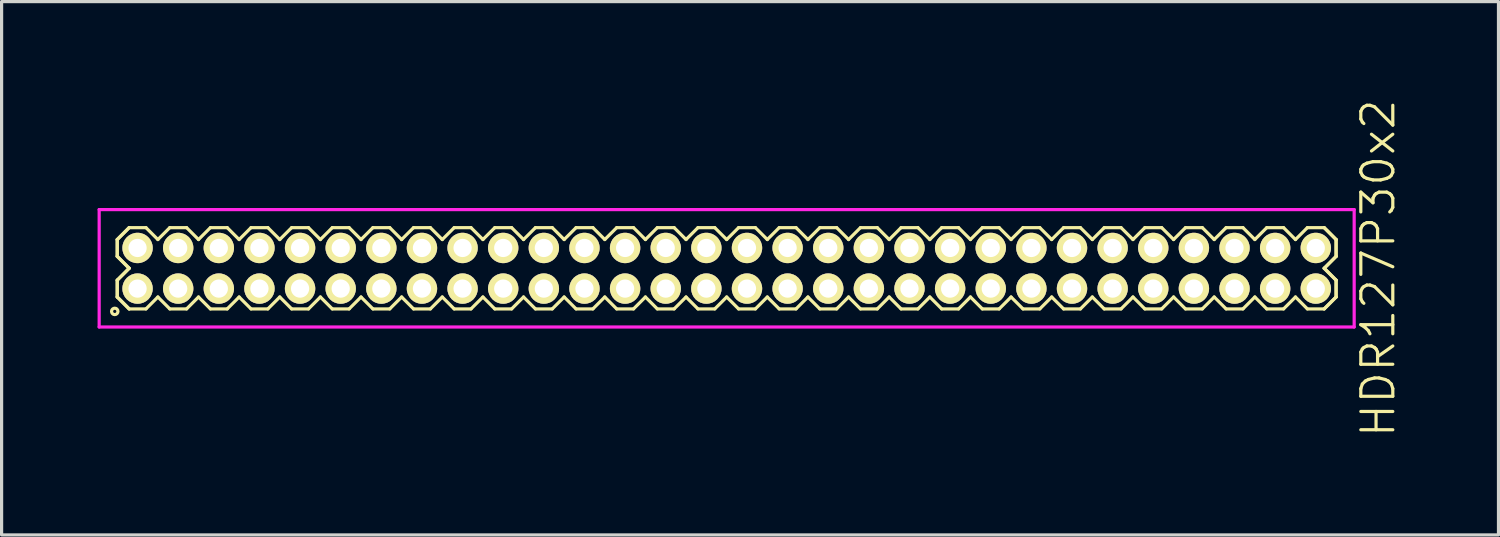
<source format=kicad_pcb>
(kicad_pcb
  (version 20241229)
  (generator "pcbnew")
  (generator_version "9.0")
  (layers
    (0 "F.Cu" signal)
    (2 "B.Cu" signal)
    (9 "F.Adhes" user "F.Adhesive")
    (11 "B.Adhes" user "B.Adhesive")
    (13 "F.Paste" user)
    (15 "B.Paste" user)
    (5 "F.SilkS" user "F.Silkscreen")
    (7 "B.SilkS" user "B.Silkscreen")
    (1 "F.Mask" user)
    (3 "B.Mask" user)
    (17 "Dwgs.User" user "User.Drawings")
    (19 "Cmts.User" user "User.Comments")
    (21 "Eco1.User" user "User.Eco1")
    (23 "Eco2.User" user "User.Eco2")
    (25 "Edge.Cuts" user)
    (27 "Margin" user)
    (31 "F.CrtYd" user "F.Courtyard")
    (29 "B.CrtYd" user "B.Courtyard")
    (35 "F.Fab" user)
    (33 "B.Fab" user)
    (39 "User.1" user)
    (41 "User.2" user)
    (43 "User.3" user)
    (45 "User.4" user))
  (footprint "HDR127P30x2"
    (layer "F.Cu")
    (at 19.665 5.336)
    (property "Reference" "HDR127P30x2" (at 20.365 0 90) (layer "F.SilkS") (effects (font (size 1 1) (thickness 0.1))))
    (attr through_hole)
    (fp_line (start -19.05 -0.898) (end -18.678 -1.27) (stroke (width 0.1) (type solid)) (layer "F.SilkS"))
    (fp_line (start -19.05 -0.898) (end -18.678 -1.27) (stroke (width 0.1) (type solid)) (layer "F.SilkS"))
    (fp_line (start -19.05 -0.372) (end -19.05 -0.898) (stroke (width 0.1) (type solid)) (layer "F.SilkS"))
    (fp_line (start -19.05 -0.372) (end -19.05 -0.898) (stroke (width 0.1) (type solid)) (layer "F.SilkS"))
    (fp_line (start -19.05 0.372) (end -18.678 0) (stroke (width 0.1) (type solid)) (layer "F.SilkS"))
    (fp_line (start -19.05 0.372) (end -18.678 0) (stroke (width 0.1) (type solid)) (layer "F.SilkS"))
    (fp_line (start -19.05 0.898) (end -19.05 0.372) (stroke (width 0.1) (type solid)) (layer "F.SilkS"))
    (fp_line (start -19.05 0.898) (end -19.05 0.372) (stroke (width 0.1) (type solid)) (layer "F.SilkS"))
    (fp_line (start -18.678 -1.27) (end -18.152 -1.27) (stroke (width 0.1) (type solid)) (layer "F.SilkS"))
    (fp_line (start -18.678 0) (end -19.05 -0.372) (stroke (width 0.1) (type solid)) (layer "F.SilkS"))
    (fp_line (start -18.678 0) (end -19.05 -0.372) (stroke (width 0.1) (type solid)) (layer "F.SilkS"))
    (fp_line (start -18.678 1.27) (end -19.05 0.898) (stroke (width 0.1) (type solid)) (layer "F.SilkS"))
    (fp_line (start -18.678 1.27) (end -19.05 0.898) (stroke (width 0.1) (type solid)) (layer "F.SilkS"))
    (fp_line (start -18.152 -1.27) (end -17.78 -0.898) (stroke (width 0.1) (type solid)) (layer "F.SilkS"))
    (fp_line (start -18.152 1.27) (end -18.678 1.27) (stroke (width 0.1) (type solid)) (layer "F.SilkS"))
    (fp_line (start -17.78 -0.898) (end -17.408 -1.27) (stroke (width 0.1) (type solid)) (layer "F.SilkS"))
    (fp_line (start -17.78 0.898) (end -18.152 1.27) (stroke (width 0.1) (type solid)) (layer "F.SilkS"))
    (fp_line (start -17.408 -1.27) (end -16.882 -1.27) (stroke (width 0.1) (type solid)) (layer "F.SilkS"))
    (fp_line (start -17.408 1.27) (end -17.78 0.898) (stroke (width 0.1) (type solid)) (layer "F.SilkS"))
    (fp_line (start -16.882 -1.27) (end -16.51 -0.898) (stroke (width 0.1) (type solid)) (layer "F.SilkS"))
    (fp_line (start -16.882 1.27) (end -17.408 1.27) (stroke (width 0.1) (type solid)) (layer "F.SilkS"))
    (fp_line (start -16.51 -0.898) (end -16.138 -1.27) (stroke (width 0.1) (type solid)) (layer "F.SilkS"))
    (fp_line (start -16.51 0.898) (end -16.882 1.27) (stroke (width 0.1) (type solid)) (layer "F.SilkS"))
    (fp_line (start -16.138 -1.27) (end -15.612 -1.27) (stroke (width 0.1) (type solid)) (layer "F.SilkS"))
    (fp_line (start -16.138 1.27) (end -16.51 0.898) (stroke (width 0.1) (type solid)) (layer "F.SilkS"))
    (fp_line (start -15.612 -1.27) (end -15.24 -0.898) (stroke (width 0.1) (type solid)) (layer "F.SilkS"))
    (fp_line (start -15.612 1.27) (end -16.138 1.27) (stroke (width 0.1) (type solid)) (layer "F.SilkS"))
    (fp_line (start -15.24 -0.898) (end -14.868 -1.27) (stroke (width 0.1) (type solid)) (layer "F.SilkS"))
    (fp_line (start -15.24 0.898) (end -15.612 1.27) (stroke (width 0.1) (type solid)) (layer "F.SilkS"))
    (fp_line (start -14.868 -1.27) (end -14.342 -1.27) (stroke (width 0.1) (type solid)) (layer "F.SilkS"))
    (fp_line (start -14.868 1.27) (end -15.24 0.898) (stroke (width 0.1) (type solid)) (layer "F.SilkS"))
    (fp_line (start -14.342 -1.27) (end -13.97 -0.898) (stroke (width 0.1) (type solid)) (layer "F.SilkS"))
    (fp_line (start -14.342 1.27) (end -14.868 1.27) (stroke (width 0.1) (type solid)) (layer "F.SilkS"))
    (fp_line (start -13.97 -0.898) (end -13.598 -1.27) (stroke (width 0.1) (type solid)) (layer "F.SilkS"))
    (fp_line (start -13.97 0.898) (end -14.342 1.27) (stroke (width 0.1) (type solid)) (layer "F.SilkS"))
    (fp_line (start -13.598 -1.27) (end -13.072 -1.27) (stroke (width 0.1) (type solid)) (layer "F.SilkS"))
    (fp_line (start -13.598 1.27) (end -13.97 0.898) (stroke (width 0.1) (type solid)) (layer "F.SilkS"))
    (fp_line (start -13.072 -1.27) (end -12.7 -0.898) (stroke (width 0.1) (type solid)) (layer "F.SilkS"))
    (fp_line (start -13.072 1.27) (end -13.598 1.27) (stroke (width 0.1) (type solid)) (layer "F.SilkS"))
    (fp_line (start -12.7 -0.898) (end -12.328 -1.27) (stroke (width 0.1) (type solid)) (layer "F.SilkS"))
    (fp_line (start -12.7 0.898) (end -13.072 1.27) (stroke (width 0.1) (type solid)) (layer "F.SilkS"))
    (fp_line (start -12.328 -1.27) (end -11.802 -1.27) (stroke (width 0.1) (type solid)) (layer "F.SilkS"))
    (fp_line (start -12.328 1.27) (end -12.7 0.898) (stroke (width 0.1) (type solid)) (layer "F.SilkS"))
    (fp_line (start -11.802 -1.27) (end -11.43 -0.898) (stroke (width 0.1) (type solid)) (layer "F.SilkS"))
    (fp_line (start -11.802 1.27) (end -12.328 1.27) (stroke (width 0.1) (type solid)) (layer "F.SilkS"))
    (fp_line (start -11.43 -0.898) (end -11.058 -1.27) (stroke (width 0.1) (type solid)) (layer "F.SilkS"))
    (fp_line (start -11.43 0.898) (end -11.802 1.27) (stroke (width 0.1) (type solid)) (layer "F.SilkS"))
    (fp_line (start -11.058 -1.27) (end -10.532 -1.27) (stroke (width 0.1) (type solid)) (layer "F.SilkS"))
    (fp_line (start -11.058 1.27) (end -11.43 0.898) (stroke (width 0.1) (type solid)) (layer "F.SilkS"))
    (fp_line (start -10.532 -1.27) (end -10.16 -0.898) (stroke (width 0.1) (type solid)) (layer "F.SilkS"))
    (fp_line (start -10.532 1.27) (end -11.058 1.27) (stroke (width 0.1) (type solid)) (layer "F.SilkS"))
    (fp_line (start -10.16 -0.898) (end -9.788 -1.27) (stroke (width 0.1) (type solid)) (layer "F.SilkS"))
    (fp_line (start -10.16 0.898) (end -10.532 1.27) (stroke (width 0.1) (type solid)) (layer "F.SilkS"))
    (fp_line (start -9.788 -1.27) (end -9.262 -1.27) (stroke (width 0.1) (type solid)) (layer "F.SilkS"))
    (fp_line (start -9.788 1.27) (end -10.16 0.898) (stroke (width 0.1) (type solid)) (layer "F.SilkS"))
    (fp_line (start -9.262 -1.27) (end -8.89 -0.898) (stroke (width 0.1) (type solid)) (layer "F.SilkS"))
    (fp_line (start -9.262 1.27) (end -9.788 1.27) (stroke (width 0.1) (type solid)) (layer "F.SilkS"))
    (fp_line (start -8.89 -0.898) (end -8.518 -1.27) (stroke (width 0.1) (type solid)) (layer "F.SilkS"))
    (fp_line (start -8.89 0.898) (end -9.262 1.27) (stroke (width 0.1) (type solid)) (layer "F.SilkS"))
    (fp_line (start -8.518 -1.27) (end -7.992 -1.27) (stroke (width 0.1) (type solid)) (layer "F.SilkS"))
    (fp_line (start -8.518 1.27) (end -8.89 0.898) (stroke (width 0.1) (type solid)) (layer "F.SilkS"))
    (fp_line (start -7.992 -1.27) (end -7.62 -0.898) (stroke (width 0.1) (type solid)) (layer "F.SilkS"))
    (fp_line (start -7.992 1.27) (end -8.518 1.27) (stroke (width 0.1) (type solid)) (layer "F.SilkS"))
    (fp_line (start -7.62 -0.898) (end -7.248 -1.27) (stroke (width 0.1) (type solid)) (layer "F.SilkS"))
    (fp_line (start -7.62 0.898) (end -7.992 1.27) (stroke (width 0.1) (type solid)) (layer "F.SilkS"))
    (fp_line (start -7.248 -1.27) (end -6.722 -1.27) (stroke (width 0.1) (type solid)) (layer "F.SilkS"))
    (fp_line (start -7.248 1.27) (end -7.62 0.898) (stroke (width 0.1) (type solid)) (layer "F.SilkS"))
    (fp_line (start -6.722 -1.27) (end -6.35 -0.898) (stroke (width 0.1) (type solid)) (layer "F.SilkS"))
    (fp_line (start -6.722 1.27) (end -7.248 1.27) (stroke (width 0.1) (type solid)) (layer "F.SilkS"))
    (fp_line (start -6.35 -0.898) (end -5.978 -1.27) (stroke (width 0.1) (type solid)) (layer "F.SilkS"))
    (fp_line (start -6.35 0.898) (end -6.722 1.27) (stroke (width 0.1) (type solid)) (layer "F.SilkS"))
    (fp_line (start -5.978 -1.27) (end -5.452 -1.27) (stroke (width 0.1) (type solid)) (layer "F.SilkS"))
    (fp_line (start -5.978 1.27) (end -6.35 0.898) (stroke (width 0.1) (type solid)) (layer "F.SilkS"))
    (fp_line (start -5.452 -1.27) (end -5.08 -0.898) (stroke (width 0.1) (type solid)) (layer "F.SilkS"))
    (fp_line (start -5.452 1.27) (end -5.978 1.27) (stroke (width 0.1) (type solid)) (layer "F.SilkS"))
    (fp_line (start -5.08 -0.898) (end -4.708 -1.27) (stroke (width 0.1) (type solid)) (layer "F.SilkS"))
    (fp_line (start -5.08 0.898) (end -5.452 1.27) (stroke (width 0.1) (type solid)) (layer "F.SilkS"))
    (fp_line (start -4.708 -1.27) (end -4.182 -1.27) (stroke (width 0.1) (type solid)) (layer "F.SilkS"))
    (fp_line (start -4.708 1.27) (end -5.08 0.898) (stroke (width 0.1) (type solid)) (layer "F.SilkS"))
    (fp_line (start -4.182 -1.27) (end -3.81 -0.898) (stroke (width 0.1) (type solid)) (layer "F.SilkS"))
    (fp_line (start -4.182 1.27) (end -4.708 1.27) (stroke (width 0.1) (type solid)) (layer "F.SilkS"))
    (fp_line (start -3.81 -0.898) (end -3.438 -1.27) (stroke (width 0.1) (type solid)) (layer "F.SilkS"))
    (fp_line (start -3.81 0.898) (end -4.182 1.27) (stroke (width 0.1) (type solid)) (layer "F.SilkS"))
    (fp_line (start -3.438 -1.27) (end -2.912 -1.27) (stroke (width 0.1) (type solid)) (layer "F.SilkS"))
    (fp_line (start -3.438 1.27) (end -3.81 0.898) (stroke (width 0.1) (type solid)) (layer "F.SilkS"))
    (fp_line (start -2.912 -1.27) (end -2.54 -0.898) (stroke (width 0.1) (type solid)) (layer "F.SilkS"))
    (fp_line (start -2.912 1.27) (end -3.438 1.27) (stroke (width 0.1) (type solid)) (layer "F.SilkS"))
    (fp_line (start -2.54 -0.898) (end -2.168 -1.27) (stroke (width 0.1) (type solid)) (layer "F.SilkS"))
    (fp_line (start -2.54 0.898) (end -2.912 1.27) (stroke (width 0.1) (type solid)) (layer "F.SilkS"))
    (fp_line (start -2.168 -1.27) (end -1.642 -1.27) (stroke (width 0.1) (type solid)) (layer "F.SilkS"))
    (fp_line (start -2.168 1.27) (end -2.54 0.898) (stroke (width 0.1) (type solid)) (layer "F.SilkS"))
    (fp_line (start -1.642 -1.27) (end -1.27 -0.898) (stroke (width 0.1) (type solid)) (layer "F.SilkS"))
    (fp_line (start -1.642 1.27) (end -2.168 1.27) (stroke (width 0.1) (type solid)) (layer "F.SilkS"))
    (fp_line (start -1.27 -0.898) (end -0.898 -1.27) (stroke (width 0.1) (type solid)) (layer "F.SilkS"))
    (fp_line (start -1.27 0.898) (end -1.642 1.27) (stroke (width 0.1) (type solid)) (layer "F.SilkS"))
    (fp_line (start -0.898 -1.27) (end -0.372 -1.27) (stroke (width 0.1) (type solid)) (layer "F.SilkS"))
    (fp_line (start -0.898 1.27) (end -1.27 0.898) (stroke (width 0.1) (type solid)) (layer "F.SilkS"))
    (fp_line (start -0.372 -1.27) (end 0 -0.898) (stroke (width 0.1) (type solid)) (layer "F.SilkS"))
    (fp_line (start -0.372 1.27) (end -0.898 1.27) (stroke (width 0.1) (type solid)) (layer "F.SilkS"))
    (fp_line (start 0 -0.898) (end 0.372 -1.27) (stroke (width 0.1) (type solid)) (layer "F.SilkS"))
    (fp_line (start 0 0.898) (end -0.372 1.27) (stroke (width 0.1) (type solid)) (layer "F.SilkS"))
    (fp_line (start 0.372 -1.27) (end 0.898 -1.27) (stroke (width 0.1) (type solid)) (layer "F.SilkS"))
    (fp_line (start 0.372 1.27) (end 0 0.898) (stroke (width 0.1) (type solid)) (layer "F.SilkS"))
    (fp_line (start 0.898 -1.27) (end 1.27 -0.898) (stroke (width 0.1) (type solid)) (layer "F.SilkS"))
    (fp_line (start 0.898 1.27) (end 0.372 1.27) (stroke (width 0.1) (type solid)) (layer "F.SilkS"))
    (fp_line (start 1.27 -0.898) (end 1.642 -1.27) (stroke (width 0.1) (type solid)) (layer "F.SilkS"))
    (fp_line (start 1.27 0.898) (end 0.898 1.27) (stroke (width 0.1) (type solid)) (layer "F.SilkS"))
    (fp_line (start 1.642 -1.27) (end 2.168 -1.27) (stroke (width 0.1) (type solid)) (layer "F.SilkS"))
    (fp_line (start 1.642 1.27) (end 1.27 0.898) (stroke (width 0.1) (type solid)) (layer "F.SilkS"))
    (fp_line (start 2.168 -1.27) (end 2.54 -0.898) (stroke (width 0.1) (type solid)) (layer "F.SilkS"))
    (fp_line (start 2.168 1.27) (end 1.642 1.27) (stroke (width 0.1) (type solid)) (layer "F.SilkS"))
    (fp_line (start 2.54 -0.898) (end 2.912 -1.27) (stroke (width 0.1) (type solid)) (layer "F.SilkS"))
    (fp_line (start 2.54 0.898) (end 2.168 1.27) (stroke (width 0.1) (type solid)) (layer "F.SilkS"))
    (fp_line (start 2.912 -1.27) (end 3.438 -1.27) (stroke (width 0.1) (type solid)) (layer "F.SilkS"))
    (fp_line (start 2.912 1.27) (end 2.54 0.898) (stroke (width 0.1) (type solid)) (layer "F.SilkS"))
    (fp_line (start 3.438 -1.27) (end 3.81 -0.898) (stroke (width 0.1) (type solid)) (layer "F.SilkS"))
    (fp_line (start 3.438 1.27) (end 2.912 1.27) (stroke (width 0.1) (type solid)) (layer "F.SilkS"))
    (fp_line (start 3.81 -0.898) (end 4.182 -1.27) (stroke (width 0.1) (type solid)) (layer "F.SilkS"))
    (fp_line (start 3.81 0.898) (end 3.438 1.27) (stroke (width 0.1) (type solid)) (layer "F.SilkS"))
    (fp_line (start 4.182 -1.27) (end 4.708 -1.27) (stroke (width 0.1) (type solid)) (layer "F.SilkS"))
    (fp_line (start 4.182 1.27) (end 3.81 0.898) (stroke (width 0.1) (type solid)) (layer "F.SilkS"))
    (fp_line (start 4.708 -1.27) (end 5.08 -0.898) (stroke (width 0.1) (type solid)) (layer "F.SilkS"))
    (fp_line (start 4.708 1.27) (end 4.182 1.27) (stroke (width 0.1) (type solid)) (layer "F.SilkS"))
    (fp_line (start 5.08 -0.898) (end 5.452 -1.27) (stroke (width 0.1) (type solid)) (layer "F.SilkS"))
    (fp_line (start 5.08 0.898) (end 4.708 1.27) (stroke (width 0.1) (type solid)) (layer "F.SilkS"))
    (fp_line (start 5.452 -1.27) (end 5.978 -1.27) (stroke (width 0.1) (type solid)) (layer "F.SilkS"))
    (fp_line (start 5.452 1.27) (end 5.08 0.898) (stroke (width 0.1) (type solid)) (layer "F.SilkS"))
    (fp_line (start 5.978 -1.27) (end 6.35 -0.898) (stroke (width 0.1) (type solid)) (layer "F.SilkS"))
    (fp_line (start 5.978 1.27) (end 5.452 1.27) (stroke (width 0.1) (type solid)) (layer "F.SilkS"))
    (fp_line (start 6.35 -0.898) (end 6.722 -1.27) (stroke (width 0.1) (type solid)) (layer "F.SilkS"))
    (fp_line (start 6.35 0.898) (end 5.978 1.27) (stroke (width 0.1) (type solid)) (layer "F.SilkS"))
    (fp_line (start 6.722 -1.27) (end 7.248 -1.27) (stroke (width 0.1) (type solid)) (layer "F.SilkS"))
    (fp_line (start 6.722 1.27) (end 6.35 0.898) (stroke (width 0.1) (type solid)) (layer "F.SilkS"))
    (fp_line (start 7.248 -1.27) (end 7.62 -0.898) (stroke (width 0.1) (type solid)) (layer "F.SilkS"))
    (fp_line (start 7.248 1.27) (end 6.722 1.27) (stroke (width 0.1) (type solid)) (layer "F.SilkS"))
    (fp_line (start 7.62 -0.898) (end 7.992 -1.27) (stroke (width 0.1) (type solid)) (layer "F.SilkS"))
    (fp_line (start 7.62 0.898) (end 7.248 1.27) (stroke (width 0.1) (type solid)) (layer "F.SilkS"))
    (fp_line (start 7.992 -1.27) (end 8.518 -1.27) (stroke (width 0.1) (type solid)) (layer "F.SilkS"))
    (fp_line (start 7.992 1.27) (end 7.62 0.898) (stroke (width 0.1) (type solid)) (layer "F.SilkS"))
    (fp_line (start 8.518 -1.27) (end 8.89 -0.898) (stroke (width 0.1) (type solid)) (layer "F.SilkS"))
    (fp_line (start 8.518 1.27) (end 7.992 1.27) (stroke (width 0.1) (type solid)) (layer "F.SilkS"))
    (fp_line (start 8.89 -0.898) (end 9.262 -1.27) (stroke (width 0.1) (type solid)) (layer "F.SilkS"))
    (fp_line (start 8.89 0.898) (end 8.518 1.27) (stroke (width 0.1) (type solid)) (layer "F.SilkS"))
    (fp_line (start 9.262 -1.27) (end 9.788 -1.27) (stroke (width 0.1) (type solid)) (layer "F.SilkS"))
    (fp_line (start 9.262 1.27) (end 8.89 0.898) (stroke (width 0.1) (type solid)) (layer "F.SilkS"))
    (fp_line (start 9.788 -1.27) (end 10.16 -0.898) (stroke (width 0.1) (type solid)) (layer "F.SilkS"))
    (fp_line (start 9.788 1.27) (end 9.262 1.27) (stroke (width 0.1) (type solid)) (layer "F.SilkS"))
    (fp_line (start 10.16 -0.898) (end 10.532 -1.27) (stroke (width 0.1) (type solid)) (layer "F.SilkS"))
    (fp_line (start 10.16 0.898) (end 9.788 1.27) (stroke (width 0.1) (type solid)) (layer "F.SilkS"))
    (fp_line (start 10.532 -1.27) (end 11.058 -1.27) (stroke (width 0.1) (type solid)) (layer "F.SilkS"))
    (fp_line (start 10.532 1.27) (end 10.16 0.898) (stroke (width 0.1) (type solid)) (layer "F.SilkS"))
    (fp_line (start 11.058 -1.27) (end 11.43 -0.898) (stroke (width 0.1) (type solid)) (layer "F.SilkS"))
    (fp_line (start 11.058 1.27) (end 10.532 1.27) (stroke (width 0.1) (type solid)) (layer "F.SilkS"))
    (fp_line (start 11.43 -0.898) (end 11.802 -1.27) (stroke (width 0.1) (type solid)) (layer "F.SilkS"))
    (fp_line (start 11.43 0.898) (end 11.058 1.27) (stroke (width 0.1) (type solid)) (layer "F.SilkS"))
    (fp_line (start 11.802 -1.27) (end 12.328 -1.27) (stroke (width 0.1) (type solid)) (layer "F.SilkS"))
    (fp_line (start 11.802 1.27) (end 11.43 0.898) (stroke (width 0.1) (type solid)) (layer "F.SilkS"))
    (fp_line (start 12.328 -1.27) (end 12.7 -0.898) (stroke (width 0.1) (type solid)) (layer "F.SilkS"))
    (fp_line (start 12.328 1.27) (end 11.802 1.27) (stroke (width 0.1) (type solid)) (layer "F.SilkS"))
    (fp_line (start 12.7 -0.898) (end 13.072 -1.27) (stroke (width 0.1) (type solid)) (layer "F.SilkS"))
    (fp_line (start 12.7 0.898) (end 12.328 1.27) (stroke (width 0.1) (type solid)) (layer "F.SilkS"))
    (fp_line (start 13.072 -1.27) (end 13.598 -1.27) (stroke (width 0.1) (type solid)) (layer "F.SilkS"))
    (fp_line (start 13.072 1.27) (end 12.7 0.898) (stroke (width 0.1) (type solid)) (layer "F.SilkS"))
    (fp_line (start 13.598 -1.27) (end 13.97 -0.898) (stroke (width 0.1) (type solid)) (layer "F.SilkS"))
    (fp_line (start 13.598 1.27) (end 13.072 1.27) (stroke (width 0.1) (type solid)) (layer "F.SilkS"))
    (fp_line (start 13.97 -0.898) (end 14.342 -1.27) (stroke (width 0.1) (type solid)) (layer "F.SilkS"))
    (fp_line (start 13.97 0.898) (end 13.598 1.27) (stroke (width 0.1) (type solid)) (layer "F.SilkS"))
    (fp_line (start 14.342 -1.27) (end 14.868 -1.27) (stroke (width 0.1) (type solid)) (layer "F.SilkS"))
    (fp_line (start 14.342 1.27) (end 13.97 0.898) (stroke (width 0.1) (type solid)) (layer "F.SilkS"))
    (fp_line (start 14.868 -1.27) (end 15.24 -0.898) (stroke (width 0.1) (type solid)) (layer "F.SilkS"))
    (fp_line (start 14.868 1.27) (end 14.342 1.27) (stroke (width 0.1) (type solid)) (layer "F.SilkS"))
    (fp_line (start 15.24 -0.898) (end 15.612 -1.27) (stroke (width 0.1) (type solid)) (layer "F.SilkS"))
    (fp_line (start 15.24 0.898) (end 14.868 1.27) (stroke (width 0.1) (type solid)) (layer "F.SilkS"))
    (fp_line (start 15.612 -1.27) (end 16.138 -1.27) (stroke (width 0.1) (type solid)) (layer "F.SilkS"))
    (fp_line (start 15.612 1.27) (end 15.24 0.898) (stroke (width 0.1) (type solid)) (layer "F.SilkS"))
    (fp_line (start 16.138 -1.27) (end 16.51 -0.898) (stroke (width 0.1) (type solid)) (layer "F.SilkS"))
    (fp_line (start 16.138 1.27) (end 15.612 1.27) (stroke (width 0.1) (type solid)) (layer "F.SilkS"))
    (fp_line (start 16.51 -0.898) (end 16.882 -1.27) (stroke (width 0.1) (type solid)) (layer "F.SilkS"))
    (fp_line (start 16.51 0.898) (end 16.138 1.27) (stroke (width 0.1) (type solid)) (layer "F.SilkS"))
    (fp_line (start 16.882 -1.27) (end 17.408 -1.27) (stroke (width 0.1) (type solid)) (layer "F.SilkS"))
    (fp_line (start 16.882 1.27) (end 16.51 0.898) (stroke (width 0.1) (type solid)) (layer "F.SilkS"))
    (fp_line (start 17.408 -1.27) (end 17.78 -0.898) (stroke (width 0.1) (type solid)) (layer "F.SilkS"))
    (fp_line (start 17.408 1.27) (end 16.882 1.27) (stroke (width 0.1) (type solid)) (layer "F.SilkS"))
    (fp_line (start 17.78 -0.898) (end 18.152 -1.27) (stroke (width 0.1) (type solid)) (layer "F.SilkS"))
    (fp_line (start 17.78 0.898) (end 17.408 1.27) (stroke (width 0.1) (type solid)) (layer "F.SilkS"))
    (fp_line (start 18.152 -1.27) (end 18.678 -1.27) (stroke (width 0.1) (type solid)) (layer "F.SilkS"))
    (fp_line (start 18.152 1.27) (end 17.78 0.898) (stroke (width 0.1) (type solid)) (layer "F.SilkS"))
    (fp_line (start 18.678 -1.27) (end 19.05 -0.898) (stroke (width 0.1) (type solid)) (layer "F.SilkS"))
    (fp_line (start 18.678 -1.27) (end 19.05 -0.898) (stroke (width 0.1) (type solid)) (layer "F.SilkS"))
    (fp_line (start 18.678 0) (end 19.05 0.372) (stroke (width 0.1) (type solid)) (layer "F.SilkS"))
    (fp_line (start 18.678 0) (end 19.05 0.372) (stroke (width 0.1) (type solid)) (layer "F.SilkS"))
    (fp_line (start 18.678 1.27) (end 18.152 1.27) (stroke (width 0.1) (type solid)) (layer "F.SilkS"))
    (fp_line (start 19.05 -0.898) (end 19.05 -0.372) (stroke (width 0.1) (type solid)) (layer "F.SilkS"))
    (fp_line (start 19.05 -0.898) (end 19.05 -0.372) (stroke (width 0.1) (type solid)) (layer "F.SilkS"))
    (fp_line (start 19.05 -0.372) (end 18.678 0) (stroke (width 0.1) (type solid)) (layer "F.SilkS"))
    (fp_line (start 19.05 -0.372) (end 18.678 0) (stroke (width 0.1) (type solid)) (layer "F.SilkS"))
    (fp_line (start 19.05 0.372) (end 19.05 0.898) (stroke (width 0.1) (type solid)) (layer "F.SilkS"))
    (fp_line (start 19.05 0.372) (end 19.05 0.898) (stroke (width 0.1) (type solid)) (layer "F.SilkS"))
    (fp_line (start 19.05 0.898) (end 18.678 1.27) (stroke (width 0.1) (type solid)) (layer "F.SilkS"))
    (fp_line (start 19.05 0.898) (end 18.678 1.27) (stroke (width 0.1) (type solid)) (layer "F.SilkS"))
    (fp_circle (center -19.128 1.348) (end -19.028 1.348) (stroke (width 0.1) (type solid)) (fill no) (layer "F.SilkS"))
    (fp_line (start -19.615 -1.835) (end -19.615 1.835) (stroke (width 0.1) (type solid)) (layer "F.CrtYd"))
    (fp_line (start -19.615 1.835) (end 19.615 1.835) (stroke (width 0.1) (type solid)) (layer "F.CrtYd"))
    (fp_line (start 19.615 -1.835) (end -19.615 -1.835) (stroke (width 0.1) (type solid)) (layer "F.CrtYd"))
    (fp_line (start 19.615 1.835) (end 19.615 -1.835) (stroke (width 0.1) (type solid)) (layer "F.CrtYd"))
    (pad "1" thru_hole oval (at -18.415 0.635) (size 0.95 0.95) (drill 0.57) (layers "*.Cu" "*.Mask" "F.SilkS"))
    (pad "2" thru_hole oval (at -18.415 -0.635) (size 0.95 0.95) (drill 0.57) (layers "*.Cu" "*.Mask" "F.SilkS"))
    (pad "3" thru_hole oval (at -17.145 0.635) (size 0.95 0.95) (drill 0.57) (layers "*.Cu" "*.Mask" "F.SilkS"))
    (pad "4" thru_hole oval (at -17.145 -0.635) (size 0.95 0.95) (drill 0.57) (layers "*.Cu" "*.Mask" "F.SilkS"))
    (pad "5" thru_hole oval (at -15.875 0.635) (size 0.95 0.95) (drill 0.57) (layers "*.Cu" "*.Mask" "F.SilkS"))
    (pad "6" thru_hole oval (at -15.875 -0.635) (size 0.95 0.95) (drill 0.57) (layers "*.Cu" "*.Mask" "F.SilkS"))
    (pad "7" thru_hole oval (at -14.605 0.635) (size 0.95 0.95) (drill 0.57) (layers "*.Cu" "*.Mask" "F.SilkS"))
    (pad "8" thru_hole oval (at -14.605 -0.635) (size 0.95 0.95) (drill 0.57) (layers "*.Cu" "*.Mask" "F.SilkS"))
    (pad "9" thru_hole oval (at -13.335 0.635) (size 0.95 0.95) (drill 0.57) (layers "*.Cu" "*.Mask" "F.SilkS"))
    (pad "10" thru_hole oval (at -13.335 -0.635) (size 0.95 0.95) (drill 0.57) (layers "*.Cu" "*.Mask" "F.SilkS"))
    (pad "11" thru_hole oval (at -12.065 0.635) (size 0.95 0.95) (drill 0.57) (layers "*.Cu" "*.Mask" "F.SilkS"))
    (pad "12" thru_hole oval (at -12.065 -0.635) (size 0.95 0.95) (drill 0.57) (layers "*.Cu" "*.Mask" "F.SilkS"))
    (pad "13" thru_hole oval (at -10.795 0.635) (size 0.95 0.95) (drill 0.57) (layers "*.Cu" "*.Mask" "F.SilkS"))
    (pad "14" thru_hole oval (at -10.795 -0.635) (size 0.95 0.95) (drill 0.57) (layers "*.Cu" "*.Mask" "F.SilkS"))
    (pad "15" thru_hole oval (at -9.525 0.635) (size 0.95 0.95) (drill 0.57) (layers "*.Cu" "*.Mask" "F.SilkS"))
    (pad "16" thru_hole oval (at -9.525 -0.635) (size 0.95 0.95) (drill 0.57) (layers "*.Cu" "*.Mask" "F.SilkS"))
    (pad "17" thru_hole oval (at -8.255 0.635) (size 0.95 0.95) (drill 0.57) (layers "*.Cu" "*.Mask" "F.SilkS"))
    (pad "18" thru_hole oval (at -8.255 -0.635) (size 0.95 0.95) (drill 0.57) (layers "*.Cu" "*.Mask" "F.SilkS"))
    (pad "19" thru_hole oval (at -6.985 0.635) (size 0.95 0.95) (drill 0.57) (layers "*.Cu" "*.Mask" "F.SilkS"))
    (pad "20" thru_hole oval (at -6.985 -0.635) (size 0.95 0.95) (drill 0.57) (layers "*.Cu" "*.Mask" "F.SilkS"))
    (pad "21" thru_hole oval (at -5.715 0.635) (size 0.95 0.95) (drill 0.57) (layers "*.Cu" "*.Mask" "F.SilkS"))
    (pad "22" thru_hole oval (at -5.715 -0.635) (size 0.95 0.95) (drill 0.57) (layers "*.Cu" "*.Mask" "F.SilkS"))
    (pad "23" thru_hole oval (at -4.445 0.635) (size 0.95 0.95) (drill 0.57) (layers "*.Cu" "*.Mask" "F.SilkS"))
    (pad "24" thru_hole oval (at -4.445 -0.635) (size 0.95 0.95) (drill 0.57) (layers "*.Cu" "*.Mask" "F.SilkS"))
    (pad "25" thru_hole oval (at -3.175 0.635) (size 0.95 0.95) (drill 0.57) (layers "*.Cu" "*.Mask" "F.SilkS"))
    (pad "26" thru_hole oval (at -3.175 -0.635) (size 0.95 0.95) (drill 0.57) (layers "*.Cu" "*.Mask" "F.SilkS"))
    (pad "27" thru_hole oval (at -1.905 0.635) (size 0.95 0.95) (drill 0.57) (layers "*.Cu" "*.Mask" "F.SilkS"))
    (pad "28" thru_hole oval (at -1.905 -0.635) (size 0.95 0.95) (drill 0.57) (layers "*.Cu" "*.Mask" "F.SilkS"))
    (pad "29" thru_hole oval (at -0.635 0.635) (size 0.95 0.95) (drill 0.57) (layers "*.Cu" "*.Mask" "F.SilkS"))
    (pad "30" thru_hole oval (at -0.635 -0.635) (size 0.95 0.95) (drill 0.57) (layers "*.Cu" "*.Mask" "F.SilkS"))
    (pad "31" thru_hole oval (at 0.635 0.635) (size 0.95 0.95) (drill 0.57) (layers "*.Cu" "*.Mask" "F.SilkS"))
    (pad "32" thru_hole oval (at 0.635 -0.635) (size 0.95 0.95) (drill 0.57) (layers "*.Cu" "*.Mask" "F.SilkS"))
    (pad "33" thru_hole oval (at 1.905 0.635) (size 0.95 0.95) (drill 0.57) (layers "*.Cu" "*.Mask" "F.SilkS"))
    (pad "34" thru_hole oval (at 1.905 -0.635) (size 0.95 0.95) (drill 0.57) (layers "*.Cu" "*.Mask" "F.SilkS"))
    (pad "35" thru_hole oval (at 3.175 0.635) (size 0.95 0.95) (drill 0.57) (layers "*.Cu" "*.Mask" "F.SilkS"))
    (pad "36" thru_hole oval (at 3.175 -0.635) (size 0.95 0.95) (drill 0.57) (layers "*.Cu" "*.Mask" "F.SilkS"))
    (pad "37" thru_hole oval (at 4.445 0.635) (size 0.95 0.95) (drill 0.57) (layers "*.Cu" "*.Mask" "F.SilkS"))
    (pad "38" thru_hole oval (at 4.445 -0.635) (size 0.95 0.95) (drill 0.57) (layers "*.Cu" "*.Mask" "F.SilkS"))
    (pad "39" thru_hole oval (at 5.715 0.635) (size 0.95 0.95) (drill 0.57) (layers "*.Cu" "*.Mask" "F.SilkS"))
    (pad "40" thru_hole oval (at 5.715 -0.635) (size 0.95 0.95) (drill 0.57) (layers "*.Cu" "*.Mask" "F.SilkS"))
    (pad "41" thru_hole oval (at 6.985 0.635) (size 0.95 0.95) (drill 0.57) (layers "*.Cu" "*.Mask" "F.SilkS"))
    (pad "42" thru_hole oval (at 6.985 -0.635) (size 0.95 0.95) (drill 0.57) (layers "*.Cu" "*.Mask" "F.SilkS"))
    (pad "43" thru_hole oval (at 8.255 0.635) (size 0.95 0.95) (drill 0.57) (layers "*.Cu" "*.Mask" "F.SilkS"))
    (pad "44" thru_hole oval (at 8.255 -0.635) (size 0.95 0.95) (drill 0.57) (layers "*.Cu" "*.Mask" "F.SilkS"))
    (pad "45" thru_hole oval (at 9.525 0.635) (size 0.95 0.95) (drill 0.57) (layers "*.Cu" "*.Mask" "F.SilkS"))
    (pad "46" thru_hole oval (at 9.525 -0.635) (size 0.95 0.95) (drill 0.57) (layers "*.Cu" "*.Mask" "F.SilkS"))
    (pad "47" thru_hole oval (at 10.795 0.635) (size 0.95 0.95) (drill 0.57) (layers "*.Cu" "*.Mask" "F.SilkS"))
    (pad "48" thru_hole oval (at 10.795 -0.635) (size 0.95 0.95) (drill 0.57) (layers "*.Cu" "*.Mask" "F.SilkS"))
    (pad "49" thru_hole oval (at 12.065 0.635) (size 0.95 0.95) (drill 0.57) (layers "*.Cu" "*.Mask" "F.SilkS"))
    (pad "50" thru_hole oval (at 12.065 -0.635) (size 0.95 0.95) (drill 0.57) (layers "*.Cu" "*.Mask" "F.SilkS"))
    (pad "51" thru_hole oval (at 13.335 0.635) (size 0.95 0.95) (drill 0.57) (layers "*.Cu" "*.Mask" "F.SilkS"))
    (pad "52" thru_hole oval (at 13.335 -0.635) (size 0.95 0.95) (drill 0.57) (layers "*.Cu" "*.Mask" "F.SilkS"))
    (pad "53" thru_hole oval (at 14.605 0.635) (size 0.95 0.95) (drill 0.57) (layers "*.Cu" "*.Mask" "F.SilkS"))
    (pad "54" thru_hole oval (at 14.605 -0.635) (size 0.95 0.95) (drill 0.57) (layers "*.Cu" "*.Mask" "F.SilkS"))
    (pad "55" thru_hole oval (at 15.875 0.635) (size 0.95 0.95) (drill 0.57) (layers "*.Cu" "*.Mask" "F.SilkS"))
    (pad "56" thru_hole oval (at 15.875 -0.635) (size 0.95 0.95) (drill 0.57) (layers "*.Cu" "*.Mask" "F.SilkS"))
    (pad "57" thru_hole oval (at 17.145 0.635) (size 0.95 0.95) (drill 0.57) (layers "*.Cu" "*.Mask" "F.SilkS"))
    (pad "58" thru_hole oval (at 17.145 -0.635) (size 0.95 0.95) (drill 0.57) (layers "*.Cu" "*.Mask" "F.SilkS"))
    (pad "59" thru_hole oval (at 18.415 0.635) (size 0.95 0.95) (drill 0.57) (layers "*.Cu" "*.Mask" "F.SilkS"))
    (pad "60" thru_hole oval (at 18.415 -0.635) (size 0.95 0.95) (drill 0.57) (layers "*.Cu" "*.Mask" "F.SilkS")))
  (gr_rect
    (start -3 -3)
    (end 43.791 13.671)
    (stroke (width 0.1) (type default))
    (fill no)
    (layer "Edge.Cuts")))
</source>
